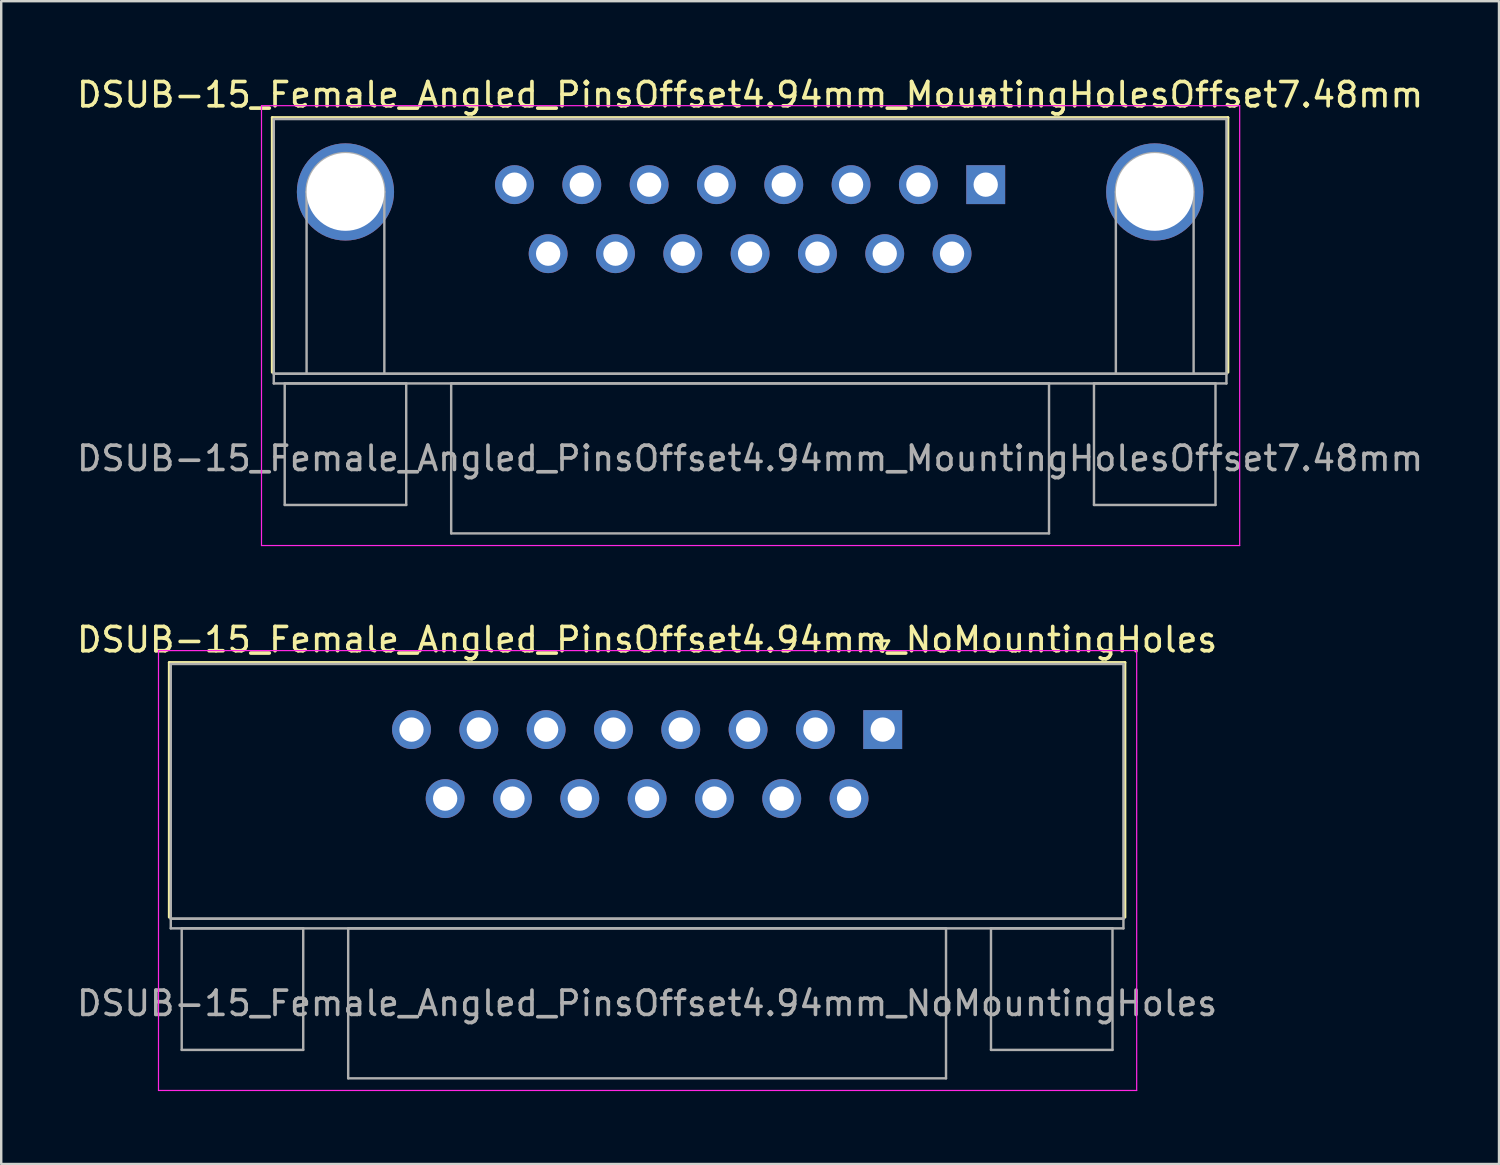
<source format=kicad_pcb>
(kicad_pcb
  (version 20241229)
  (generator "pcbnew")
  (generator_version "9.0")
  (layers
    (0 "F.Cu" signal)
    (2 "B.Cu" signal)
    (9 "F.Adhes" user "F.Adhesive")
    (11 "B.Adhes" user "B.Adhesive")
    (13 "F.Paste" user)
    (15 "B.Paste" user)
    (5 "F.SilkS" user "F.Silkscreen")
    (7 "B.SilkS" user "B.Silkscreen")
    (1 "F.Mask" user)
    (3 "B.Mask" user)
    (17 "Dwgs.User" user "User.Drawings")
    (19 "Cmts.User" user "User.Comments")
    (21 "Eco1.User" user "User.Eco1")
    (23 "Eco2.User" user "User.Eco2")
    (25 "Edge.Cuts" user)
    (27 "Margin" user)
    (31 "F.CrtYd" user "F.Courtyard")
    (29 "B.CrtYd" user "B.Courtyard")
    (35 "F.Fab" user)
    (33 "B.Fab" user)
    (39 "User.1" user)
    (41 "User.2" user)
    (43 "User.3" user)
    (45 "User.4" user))
  (footprint "DSUB-15_Female_Angled_PinsOffset4.94mm_NoMountingHoles"
    (layer "F.Cu")
    (at 33.272 26.971)
    (property "Reference" "DSUB-15_Female_Angled_PinsOffset4.94mm_NoMountingHoles" (at -9.695 -3.7 0) (layer "F.SilkS") (effects (font (size 1 1) (thickness 0.15))))
    (attr through_hole)
    (fp_line (start -29.355 -2.76) (end 9.965 -2.76) (stroke (width 0.12) (type solid)) (layer "F.SilkS"))
    (fp_line (start -29.355 7.72) (end -29.355 -2.76) (stroke (width 0.12) (type solid)) (layer "F.SilkS"))
    (fp_line (start -0.25 -3.654) (end 0.25 -3.654) (stroke (width 0.12) (type solid)) (layer "F.SilkS"))
    (fp_line (start 0 -3.221) (end -0.25 -3.654) (stroke (width 0.12) (type solid)) (layer "F.SilkS"))
    (fp_line (start 0.25 -3.654) (end 0 -3.221) (stroke (width 0.12) (type solid)) (layer "F.SilkS"))
    (fp_line (start 9.965 -2.76) (end 9.965 7.72) (stroke (width 0.12) (type solid)) (layer "F.SilkS"))
    (fp_line (start -29.8 -3.25) (end -29.8 14.85) (stroke (width 0.05) (type solid)) (layer "F.CrtYd"))
    (fp_line (start -29.8 14.85) (end 10.45 14.85) (stroke (width 0.05) (type solid)) (layer "F.CrtYd"))
    (fp_line (start 10.45 -3.25) (end -29.8 -3.25) (stroke (width 0.05) (type solid)) (layer "F.CrtYd"))
    (fp_line (start 10.45 14.85) (end 10.45 -3.25) (stroke (width 0.05) (type solid)) (layer "F.CrtYd"))
    (fp_line (start -29.295 -2.7) (end -29.295 7.78) (stroke (width 0.1) (type solid)) (layer "F.Fab"))
    (fp_line (start -29.295 7.78) (end -29.295 8.18) (stroke (width 0.1) (type solid)) (layer "F.Fab"))
    (fp_line (start -29.295 7.78) (end 9.905 7.78) (stroke (width 0.1) (type solid)) (layer "F.Fab"))
    (fp_line (start -29.295 8.18) (end 9.905 8.18) (stroke (width 0.1) (type solid)) (layer "F.Fab"))
    (fp_line (start -28.845 8.18) (end -28.845 13.18) (stroke (width 0.1) (type solid)) (layer "F.Fab"))
    (fp_line (start -28.845 13.18) (end -23.845 13.18) (stroke (width 0.1) (type solid)) (layer "F.Fab"))
    (fp_line (start -23.845 8.18) (end -28.845 8.18) (stroke (width 0.1) (type solid)) (layer "F.Fab"))
    (fp_line (start -23.845 13.18) (end -23.845 8.18) (stroke (width 0.1) (type solid)) (layer "F.Fab"))
    (fp_line (start -21.995 8.18) (end -21.995 14.35) (stroke (width 0.1) (type solid)) (layer "F.Fab"))
    (fp_line (start -21.995 14.35) (end 2.605 14.35) (stroke (width 0.1) (type solid)) (layer "F.Fab"))
    (fp_line (start 2.605 8.18) (end -21.995 8.18) (stroke (width 0.1) (type solid)) (layer "F.Fab"))
    (fp_line (start 2.605 14.35) (end 2.605 8.18) (stroke (width 0.1) (type solid)) (layer "F.Fab"))
    (fp_line (start 4.455 8.18) (end 4.455 13.18) (stroke (width 0.1) (type solid)) (layer "F.Fab"))
    (fp_line (start 4.455 13.18) (end 9.455 13.18) (stroke (width 0.1) (type solid)) (layer "F.Fab"))
    (fp_line (start 9.455 8.18) (end 4.455 8.18) (stroke (width 0.1) (type solid)) (layer "F.Fab"))
    (fp_line (start 9.455 13.18) (end 9.455 8.18) (stroke (width 0.1) (type solid)) (layer "F.Fab"))
    (fp_line (start 9.905 -2.7) (end -29.295 -2.7) (stroke (width 0.1) (type solid)) (layer "F.Fab"))
    (fp_line (start 9.905 7.78) (end -29.295 7.78) (stroke (width 0.1) (type solid)) (layer "F.Fab"))
    (fp_line (start 9.905 7.78) (end 9.905 -2.7) (stroke (width 0.1) (type solid)) (layer "F.Fab"))
    (fp_line (start 9.905 8.18) (end 9.905 7.78) (stroke (width 0.1) (type solid)) (layer "F.Fab"))
    (fp_text user "${REFERENCE}" (at -9.695 11.265 0) (layer "F.Fab") (effects (font (size 1 1) (thickness 0.15))))
    (pad "1" thru_hole rect (at 0 0) (size 1.6 1.6) (drill 1) (layers "*.Cu" "*.Mask"))
    (pad "2" thru_hole circle (at -2.77 0) (size 1.6 1.6) (drill 1) (layers "*.Cu" "*.Mask"))
    (pad "3" thru_hole circle (at -5.54 0) (size 1.6 1.6) (drill 1) (layers "*.Cu" "*.Mask"))
    (pad "4" thru_hole circle (at -8.31 0) (size 1.6 1.6) (drill 1) (layers "*.Cu" "*.Mask"))
    (pad "5" thru_hole circle (at -11.08 0) (size 1.6 1.6) (drill 1) (layers "*.Cu" "*.Mask"))
    (pad "6" thru_hole circle (at -13.85 0) (size 1.6 1.6) (drill 1) (layers "*.Cu" "*.Mask"))
    (pad "7" thru_hole circle (at -16.62 0) (size 1.6 1.6) (drill 1) (layers "*.Cu" "*.Mask"))
    (pad "8" thru_hole circle (at -19.39 0) (size 1.6 1.6) (drill 1) (layers "*.Cu" "*.Mask"))
    (pad "9" thru_hole circle (at -1.385 2.84) (size 1.6 1.6) (drill 1) (layers "*.Cu" "*.Mask"))
    (pad "10" thru_hole circle (at -4.155 2.84) (size 1.6 1.6) (drill 1) (layers "*.Cu" "*.Mask"))
    (pad "11" thru_hole circle (at -6.925 2.84) (size 1.6 1.6) (drill 1) (layers "*.Cu" "*.Mask"))
    (pad "12" thru_hole circle (at -9.695 2.84) (size 1.6 1.6) (drill 1) (layers "*.Cu" "*.Mask"))
    (pad "13" thru_hole circle (at -12.465 2.84) (size 1.6 1.6) (drill 1) (layers "*.Cu" "*.Mask"))
    (pad "14" thru_hole circle (at -15.235 2.84) (size 1.6 1.6) (drill 1) (layers "*.Cu" "*.Mask"))
    (pad "15" thru_hole circle (at -18.005 2.84) (size 1.6 1.6) (drill 1) (layers "*.Cu" "*.Mask")))
  (footprint "DSUB-15_Female_Angled_PinsOffset4.94mm_MountingHolesOffset7.48mm"
    (layer "F.Cu")
    (at 37.51 4.548)
    (property "Reference" "DSUB-15_Female_Angled_PinsOffset4.94mm_MountingHolesOffset7.48mm" (at -9.695 -3.7 0) (layer "F.SilkS") (effects (font (size 1 1) (thickness 0.15))))
    (attr through_hole)
    (fp_line (start -29.355 -2.76) (end 9.965 -2.76) (stroke (width 0.12) (type solid)) (layer "F.SilkS"))
    (fp_line (start -29.355 7.72) (end -29.355 -2.76) (stroke (width 0.12) (type solid)) (layer "F.SilkS"))
    (fp_line (start -0.25 -3.654) (end 0.25 -3.654) (stroke (width 0.12) (type solid)) (layer "F.SilkS"))
    (fp_line (start 0 -3.221) (end -0.25 -3.654) (stroke (width 0.12) (type solid)) (layer "F.SilkS"))
    (fp_line (start 0.25 -3.654) (end 0 -3.221) (stroke (width 0.12) (type solid)) (layer "F.SilkS"))
    (fp_line (start 9.965 -2.76) (end 9.965 7.72) (stroke (width 0.12) (type solid)) (layer "F.SilkS"))
    (fp_line (start -29.8 -3.25) (end -29.8 14.85) (stroke (width 0.05) (type solid)) (layer "F.CrtYd"))
    (fp_line (start -29.8 14.85) (end 10.45 14.85) (stroke (width 0.05) (type solid)) (layer "F.CrtYd"))
    (fp_line (start 10.45 -3.25) (end -29.8 -3.25) (stroke (width 0.05) (type solid)) (layer "F.CrtYd"))
    (fp_line (start 10.45 14.85) (end 10.45 -3.25) (stroke (width 0.05) (type solid)) (layer "F.CrtYd"))
    (fp_line (start -29.295 -2.7) (end -29.295 7.78) (stroke (width 0.1) (type solid)) (layer "F.Fab"))
    (fp_line (start -29.295 7.78) (end -29.295 8.18) (stroke (width 0.1) (type solid)) (layer "F.Fab"))
    (fp_line (start -29.295 7.78) (end 9.905 7.78) (stroke (width 0.1) (type solid)) (layer "F.Fab"))
    (fp_line (start -29.295 8.18) (end 9.905 8.18) (stroke (width 0.1) (type solid)) (layer "F.Fab"))
    (fp_line (start -28.845 8.18) (end -28.845 13.18) (stroke (width 0.1) (type solid)) (layer "F.Fab"))
    (fp_line (start -28.845 13.18) (end -23.845 13.18) (stroke (width 0.1) (type solid)) (layer "F.Fab"))
    (fp_line (start -27.945 7.78) (end -27.945 0.3) (stroke (width 0.1) (type solid)) (layer "F.Fab"))
    (fp_line (start -24.745 7.78) (end -24.745 0.3) (stroke (width 0.1) (type solid)) (layer "F.Fab"))
    (fp_line (start -23.845 8.18) (end -28.845 8.18) (stroke (width 0.1) (type solid)) (layer "F.Fab"))
    (fp_line (start -23.845 13.18) (end -23.845 8.18) (stroke (width 0.1) (type solid)) (layer "F.Fab"))
    (fp_line (start -21.995 8.18) (end -21.995 14.35) (stroke (width 0.1) (type solid)) (layer "F.Fab"))
    (fp_line (start -21.995 14.35) (end 2.605 14.35) (stroke (width 0.1) (type solid)) (layer "F.Fab"))
    (fp_line (start 2.605 8.18) (end -21.995 8.18) (stroke (width 0.1) (type solid)) (layer "F.Fab"))
    (fp_line (start 2.605 14.35) (end 2.605 8.18) (stroke (width 0.1) (type solid)) (layer "F.Fab"))
    (fp_line (start 4.455 8.18) (end 4.455 13.18) (stroke (width 0.1) (type solid)) (layer "F.Fab"))
    (fp_line (start 4.455 13.18) (end 9.455 13.18) (stroke (width 0.1) (type solid)) (layer "F.Fab"))
    (fp_line (start 5.355 7.78) (end 5.355 0.3) (stroke (width 0.1) (type solid)) (layer "F.Fab"))
    (fp_line (start 8.555 7.78) (end 8.555 0.3) (stroke (width 0.1) (type solid)) (layer "F.Fab"))
    (fp_line (start 9.455 8.18) (end 4.455 8.18) (stroke (width 0.1) (type solid)) (layer "F.Fab"))
    (fp_line (start 9.455 13.18) (end 9.455 8.18) (stroke (width 0.1) (type solid)) (layer "F.Fab"))
    (fp_line (start 9.905 -2.7) (end -29.295 -2.7) (stroke (width 0.1) (type solid)) (layer "F.Fab"))
    (fp_line (start 9.905 7.78) (end -29.295 7.78) (stroke (width 0.1) (type solid)) (layer "F.Fab"))
    (fp_line (start 9.905 7.78) (end 9.905 -2.7) (stroke (width 0.1) (type solid)) (layer "F.Fab"))
    (fp_line (start 9.905 8.18) (end 9.905 7.78) (stroke (width 0.1) (type solid)) (layer "F.Fab"))
    (fp_arc (start -27.945 0.3) (mid -26.345 -1.3) (end -24.745 0.3) (stroke (width 0.1) (type solid)) (layer "F.Fab"))
    (fp_arc (start 5.355 0.3) (mid 6.955 -1.3) (end 8.555 0.3) (stroke (width 0.1) (type solid)) (layer "F.Fab"))
    (fp_text user "${REFERENCE}" (at -9.695 11.265 0) (layer "F.Fab") (effects (font (size 1 1) (thickness 0.15))))
    (pad "0" thru_hole circle (at -26.345 0.3) (size 4 4) (drill 3.2) (layers "*.Cu" "*.Mask"))
    (pad "0" thru_hole circle (at 6.955 0.3) (size 4 4) (drill 3.2) (layers "*.Cu" "*.Mask"))
    (pad "1" thru_hole rect (at 0 0) (size 1.6 1.6) (drill 1) (layers "*.Cu" "*.Mask"))
    (pad "2" thru_hole circle (at -2.77 0) (size 1.6 1.6) (drill 1) (layers "*.Cu" "*.Mask"))
    (pad "3" thru_hole circle (at -5.54 0) (size 1.6 1.6) (drill 1) (layers "*.Cu" "*.Mask"))
    (pad "4" thru_hole circle (at -8.31 0) (size 1.6 1.6) (drill 1) (layers "*.Cu" "*.Mask"))
    (pad "5" thru_hole circle (at -11.08 0) (size 1.6 1.6) (drill 1) (layers "*.Cu" "*.Mask"))
    (pad "6" thru_hole circle (at -13.85 0) (size 1.6 1.6) (drill 1) (layers "*.Cu" "*.Mask"))
    (pad "7" thru_hole circle (at -16.62 0) (size 1.6 1.6) (drill 1) (layers "*.Cu" "*.Mask"))
    (pad "8" thru_hole circle (at -19.39 0) (size 1.6 1.6) (drill 1) (layers "*.Cu" "*.Mask"))
    (pad "9" thru_hole circle (at -1.385 2.84) (size 1.6 1.6) (drill 1) (layers "*.Cu" "*.Mask"))
    (pad "10" thru_hole circle (at -4.155 2.84) (size 1.6 1.6) (drill 1) (layers "*.Cu" "*.Mask"))
    (pad "11" thru_hole circle (at -6.925 2.84) (size 1.6 1.6) (drill 1) (layers "*.Cu" "*.Mask"))
    (pad "12" thru_hole circle (at -9.695 2.84) (size 1.6 1.6) (drill 1) (layers "*.Cu" "*.Mask"))
    (pad "13" thru_hole circle (at -12.465 2.84) (size 1.6 1.6) (drill 1) (layers "*.Cu" "*.Mask"))
    (pad "14" thru_hole circle (at -15.235 2.84) (size 1.6 1.6) (drill 1) (layers "*.Cu" "*.Mask"))
    (pad "15" thru_hole circle (at -18.005 2.84) (size 1.6 1.6) (drill 1) (layers "*.Cu" "*.Mask")))
  (gr_rect
    (start -3 -3)
    (end 58.631 44.846)
    (stroke (width 0.1) (type default))
    (fill no)
    (layer "Edge.Cuts")))
</source>
